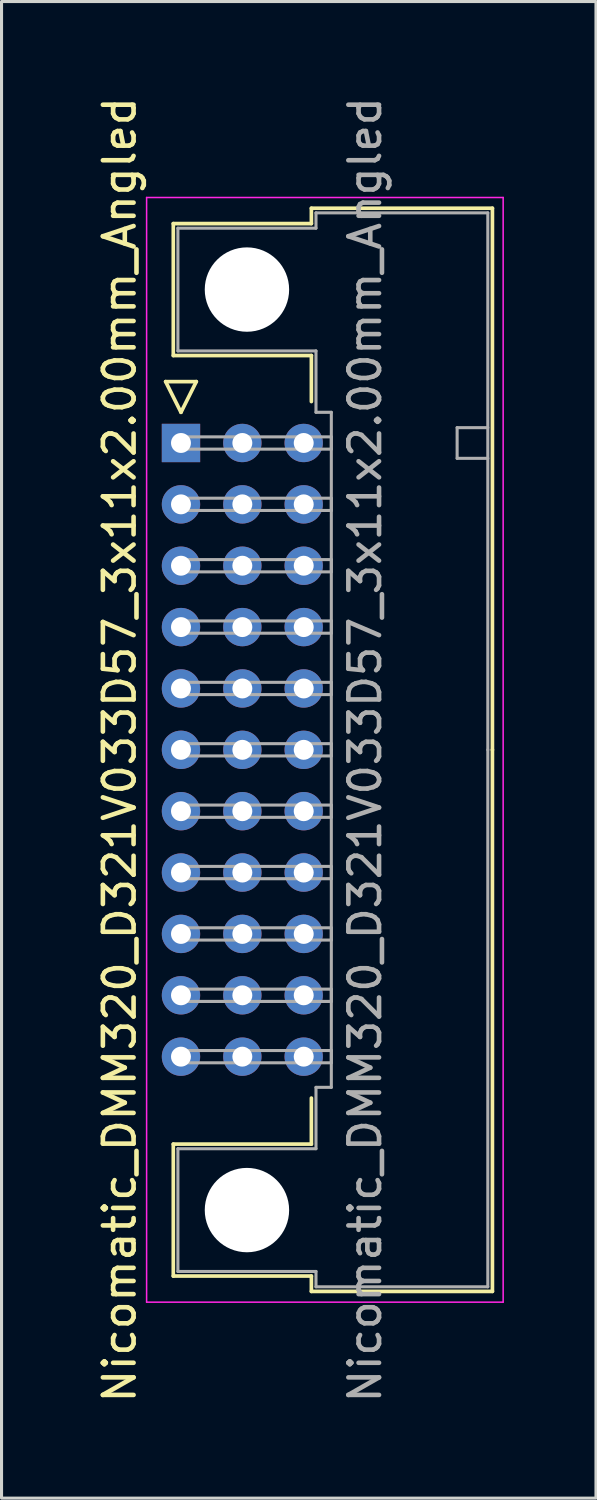
<source format=kicad_pcb>
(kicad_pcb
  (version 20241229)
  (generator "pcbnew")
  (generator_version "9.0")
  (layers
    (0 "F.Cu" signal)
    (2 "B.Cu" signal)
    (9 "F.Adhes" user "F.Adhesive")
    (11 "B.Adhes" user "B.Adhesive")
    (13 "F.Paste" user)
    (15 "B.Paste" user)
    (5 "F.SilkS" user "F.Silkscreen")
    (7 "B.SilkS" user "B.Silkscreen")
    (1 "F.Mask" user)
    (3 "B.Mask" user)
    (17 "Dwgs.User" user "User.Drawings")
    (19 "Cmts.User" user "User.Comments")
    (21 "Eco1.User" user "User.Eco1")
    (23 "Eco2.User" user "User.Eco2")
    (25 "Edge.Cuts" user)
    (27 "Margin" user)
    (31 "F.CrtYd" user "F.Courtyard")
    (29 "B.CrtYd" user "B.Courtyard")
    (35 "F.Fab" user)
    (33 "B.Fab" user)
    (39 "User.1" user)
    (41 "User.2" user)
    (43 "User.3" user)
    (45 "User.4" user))
  (footprint "Nicomatic_DMM320_D321V033D57_3x11x2.00mm_Angled"
    (layer "F.Cu")
    (at 2.848 11.387)
    (property "Reference" "Nicomatic_DMM320_D321V033D57_3x11x2.00mm_Angled" (at -2 10 90) (layer "F.SilkS") (effects (font (size 1 1) (thickness 0.15))))
    (attr through_hole)
    (fp_line (start -0.5 -2) (end 0 -1) (stroke (width 0.12) (type solid)) (layer "F.SilkS"))
    (fp_line (start -0.25 -7.15) (end -0.25 -2.85) (stroke (width 0.12) (type solid)) (layer "F.SilkS"))
    (fp_line (start -0.25 -2.85) (end 4.25 -2.85) (stroke (width 0.12) (type solid)) (layer "F.SilkS"))
    (fp_line (start -0.25 22.85) (end 4.25 22.85) (stroke (width 0.12) (type solid)) (layer "F.SilkS"))
    (fp_line (start -0.25 27.15) (end -0.25 22.85) (stroke (width 0.12) (type solid)) (layer "F.SilkS"))
    (fp_line (start 0 -1) (end 0.5 -2) (stroke (width 0.12) (type solid)) (layer "F.SilkS"))
    (fp_line (start 0.5 -2) (end -0.5 -2) (stroke (width 0.12) (type solid)) (layer "F.SilkS"))
    (fp_line (start 4.25 -7.65) (end 4.25 -7.15) (stroke (width 0.12) (type solid)) (layer "F.SilkS"))
    (fp_line (start 4.25 -7.15) (end -0.25 -7.15) (stroke (width 0.12) (type solid)) (layer "F.SilkS"))
    (fp_line (start 4.25 -2.85) (end 4.25 -1.35) (stroke (width 0.12) (type solid)) (layer "F.SilkS"))
    (fp_line (start 4.25 22.85) (end 4.25 21.35) (stroke (width 0.12) (type solid)) (layer "F.SilkS"))
    (fp_line (start 4.25 27.15) (end -0.25 27.15) (stroke (width 0.12) (type solid)) (layer "F.SilkS"))
    (fp_line (start 4.25 27.65) (end 4.25 27.15) (stroke (width 0.12) (type solid)) (layer "F.SilkS"))
    (fp_line (start 10.15 -7.65) (end 4.25 -7.65) (stroke (width 0.12) (type solid)) (layer "F.SilkS"))
    (fp_line (start 10.15 10) (end 10.15 -7.65) (stroke (width 0.12) (type solid)) (layer "F.SilkS"))
    (fp_line (start 10.15 10) (end 10.15 27.65) (stroke (width 0.12) (type solid)) (layer "F.SilkS"))
    (fp_line (start 10.15 27.65) (end 4.25 27.65) (stroke (width 0.12) (type solid)) (layer "F.SilkS"))
    (fp_line (start -1.12 -8) (end -1.12 28) (stroke (width 0.05) (type solid)) (layer "F.CrtYd"))
    (fp_line (start -1.12 28) (end 10.5 28) (stroke (width 0.05) (type solid)) (layer "F.CrtYd"))
    (fp_line (start 10.5 -8) (end -1.12 -8) (stroke (width 0.05) (type solid)) (layer "F.CrtYd"))
    (fp_line (start 10.5 28) (end 10.5 -8) (stroke (width 0.05) (type solid)) (layer "F.CrtYd"))
    (fp_line (start -0.1 -7) (end -0.1 -3) (stroke (width 0.1) (type solid)) (layer "F.Fab"))
    (fp_line (start -0.1 -3) (end 4.4 -3) (stroke (width 0.1) (type solid)) (layer "F.Fab"))
    (fp_line (start -0.1 23) (end 4.4 23) (stroke (width 0.1) (type solid)) (layer "F.Fab"))
    (fp_line (start -0.1 27) (end -0.1 23) (stroke (width 0.1) (type solid)) (layer "F.Fab"))
    (fp_line (start 0 -0.2) (end 0 0.2) (stroke (width 0.1) (type solid)) (layer "F.Fab"))
    (fp_line (start 0 0.2) (end 4.9 0.2) (stroke (width 0.1) (type solid)) (layer "F.Fab"))
    (fp_line (start 0 1.8) (end 0 2.2) (stroke (width 0.1) (type solid)) (layer "F.Fab"))
    (fp_line (start 0 2.2) (end 4.9 2.2) (stroke (width 0.1) (type solid)) (layer "F.Fab"))
    (fp_line (start 0 3.8) (end 0 4.2) (stroke (width 0.1) (type solid)) (layer "F.Fab"))
    (fp_line (start 0 4.2) (end 4.9 4.2) (stroke (width 0.1) (type solid)) (layer "F.Fab"))
    (fp_line (start 0 5.8) (end 0 6.2) (stroke (width 0.1) (type solid)) (layer "F.Fab"))
    (fp_line (start 0 6.2) (end 4.9 6.2) (stroke (width 0.1) (type solid)) (layer "F.Fab"))
    (fp_line (start 0 7.8) (end 0 8.2) (stroke (width 0.1) (type solid)) (layer "F.Fab"))
    (fp_line (start 0 8.2) (end 4.9 8.2) (stroke (width 0.1) (type solid)) (layer "F.Fab"))
    (fp_line (start 0 9.8) (end 0 10.2) (stroke (width 0.1) (type solid)) (layer "F.Fab"))
    (fp_line (start 0 10.2) (end 4.9 10.2) (stroke (width 0.1) (type solid)) (layer "F.Fab"))
    (fp_line (start 0 11.8) (end 0 12.2) (stroke (width 0.1) (type solid)) (layer "F.Fab"))
    (fp_line (start 0 12.2) (end 4.9 12.2) (stroke (width 0.1) (type solid)) (layer "F.Fab"))
    (fp_line (start 0 13.8) (end 0 14.2) (stroke (width 0.1) (type solid)) (layer "F.Fab"))
    (fp_line (start 0 14.2) (end 4.9 14.2) (stroke (width 0.1) (type solid)) (layer "F.Fab"))
    (fp_line (start 0 15.8) (end 0 16.2) (stroke (width 0.1) (type solid)) (layer "F.Fab"))
    (fp_line (start 0 16.2) (end 4.9 16.2) (stroke (width 0.1) (type solid)) (layer "F.Fab"))
    (fp_line (start 0 17.8) (end 0 18.2) (stroke (width 0.1) (type solid)) (layer "F.Fab"))
    (fp_line (start 0 18.2) (end 4.9 18.2) (stroke (width 0.1) (type solid)) (layer "F.Fab"))
    (fp_line (start 0 19.8) (end 0 20.2) (stroke (width 0.1) (type solid)) (layer "F.Fab"))
    (fp_line (start 0 20.2) (end 4.9 20.2) (stroke (width 0.1) (type solid)) (layer "F.Fab"))
    (fp_line (start 4.4 -7.5) (end 4.4 -7) (stroke (width 0.1) (type solid)) (layer "F.Fab"))
    (fp_line (start 4.4 -7) (end -0.1 -7) (stroke (width 0.1) (type solid)) (layer "F.Fab"))
    (fp_line (start 4.4 -3) (end 4.4 -1) (stroke (width 0.1) (type solid)) (layer "F.Fab"))
    (fp_line (start 4.4 -1) (end 4.9 -1) (stroke (width 0.1) (type solid)) (layer "F.Fab"))
    (fp_line (start 4.4 21) (end 4.9 21) (stroke (width 0.1) (type solid)) (layer "F.Fab"))
    (fp_line (start 4.4 23) (end 4.4 21) (stroke (width 0.1) (type solid)) (layer "F.Fab"))
    (fp_line (start 4.4 27) (end -0.1 27) (stroke (width 0.1) (type solid)) (layer "F.Fab"))
    (fp_line (start 4.4 27.5) (end 4.4 27) (stroke (width 0.1) (type solid)) (layer "F.Fab"))
    (fp_line (start 4.9 -1) (end 4.9 10) (stroke (width 0.1) (type solid)) (layer "F.Fab"))
    (fp_line (start 4.9 -0.2) (end 0 -0.2) (stroke (width 0.1) (type solid)) (layer "F.Fab"))
    (fp_line (start 4.9 0.2) (end 4.9 -0.2) (stroke (width 0.1) (type solid)) (layer "F.Fab"))
    (fp_line (start 4.9 1.8) (end 0 1.8) (stroke (width 0.1) (type solid)) (layer "F.Fab"))
    (fp_line (start 4.9 2.2) (end 4.9 1.8) (stroke (width 0.1) (type solid)) (layer "F.Fab"))
    (fp_line (start 4.9 3.8) (end 0 3.8) (stroke (width 0.1) (type solid)) (layer "F.Fab"))
    (fp_line (start 4.9 4.2) (end 4.9 3.8) (stroke (width 0.1) (type solid)) (layer "F.Fab"))
    (fp_line (start 4.9 5.8) (end 0 5.8) (stroke (width 0.1) (type solid)) (layer "F.Fab"))
    (fp_line (start 4.9 6.2) (end 4.9 5.8) (stroke (width 0.1) (type solid)) (layer "F.Fab"))
    (fp_line (start 4.9 7.8) (end 0 7.8) (stroke (width 0.1) (type solid)) (layer "F.Fab"))
    (fp_line (start 4.9 8.2) (end 4.9 7.8) (stroke (width 0.1) (type solid)) (layer "F.Fab"))
    (fp_line (start 4.9 9.8) (end 0 9.8) (stroke (width 0.1) (type solid)) (layer "F.Fab"))
    (fp_line (start 4.9 10.2) (end 4.9 9.8) (stroke (width 0.1) (type solid)) (layer "F.Fab"))
    (fp_line (start 4.9 11.8) (end 0 11.8) (stroke (width 0.1) (type solid)) (layer "F.Fab"))
    (fp_line (start 4.9 12.2) (end 4.9 11.8) (stroke (width 0.1) (type solid)) (layer "F.Fab"))
    (fp_line (start 4.9 13.8) (end 0 13.8) (stroke (width 0.1) (type solid)) (layer "F.Fab"))
    (fp_line (start 4.9 14.2) (end 4.9 13.8) (stroke (width 0.1) (type solid)) (layer "F.Fab"))
    (fp_line (start 4.9 15.8) (end 0 15.8) (stroke (width 0.1) (type solid)) (layer "F.Fab"))
    (fp_line (start 4.9 16.2) (end 4.9 15.8) (stroke (width 0.1) (type solid)) (layer "F.Fab"))
    (fp_line (start 4.9 17.8) (end 0 17.8) (stroke (width 0.1) (type solid)) (layer "F.Fab"))
    (fp_line (start 4.9 18.2) (end 4.9 17.8) (stroke (width 0.1) (type solid)) (layer "F.Fab"))
    (fp_line (start 4.9 19.8) (end 0 19.8) (stroke (width 0.1) (type solid)) (layer "F.Fab"))
    (fp_line (start 4.9 20.2) (end 4.9 19.8) (stroke (width 0.1) (type solid)) (layer "F.Fab"))
    (fp_line (start 4.9 21) (end 4.9 10) (stroke (width 0.1) (type solid)) (layer "F.Fab"))
    (fp_line (start 9 -0.5) (end 9 0.5) (stroke (width 0.1) (type solid)) (layer "F.Fab"))
    (fp_line (start 9 0.5) (end 10 0.5) (stroke (width 0.1) (type solid)) (layer "F.Fab"))
    (fp_line (start 10 -7.5) (end 4.4 -7.5) (stroke (width 0.1) (type solid)) (layer "F.Fab"))
    (fp_line (start 10 -0.5) (end 9 -0.5) (stroke (width 0.1) (type solid)) (layer "F.Fab"))
    (fp_line (start 10 10) (end 10 -7.5) (stroke (width 0.1) (type solid)) (layer "F.Fab"))
    (fp_line (start 10 10) (end 10 27.5) (stroke (width 0.1) (type solid)) (layer "F.Fab"))
    (fp_line (start 10 27.5) (end 4.4 27.5) (stroke (width 0.1) (type solid)) (layer "F.Fab"))
    (fp_text user "${REFERENCE}" (at 6 10 90) (layer "F.Fab") (effects (font (size 1 1) (thickness 0.15))))
    (pad "" np_thru_hole circle (at 2.15 -5) (size 2.75 2.75) (drill 2.75) (layers "*.Cu" "*.Mask"))
    (pad "" np_thru_hole circle (at 2.15 25) (size 2.75 2.75) (drill 2.75) (layers "*.Cu" "*.Mask"))
    (pad "1" thru_hole rect (at 0 0) (size 1.25 1.25) (drill 0.65) (layers "*.Cu" "*.Mask"))
    (pad "2" thru_hole oval (at 0 2) (size 1.25 1.25) (drill 0.65) (layers "*.Cu" "*.Mask"))
    (pad "3" thru_hole oval (at 0 4) (size 1.25 1.25) (drill 0.65) (layers "*.Cu" "*.Mask"))
    (pad "4" thru_hole oval (at 0 6) (size 1.25 1.25) (drill 0.65) (layers "*.Cu" "*.Mask"))
    (pad "5" thru_hole oval (at 0 8) (size 1.25 1.25) (drill 0.65) (layers "*.Cu" "*.Mask"))
    (pad "6" thru_hole oval (at 0 10) (size 1.25 1.25) (drill 0.65) (layers "*.Cu" "*.Mask"))
    (pad "7" thru_hole oval (at 0 12) (size 1.25 1.25) (drill 0.65) (layers "*.Cu" "*.Mask"))
    (pad "8" thru_hole oval (at 0 14) (size 1.25 1.25) (drill 0.65) (layers "*.Cu" "*.Mask"))
    (pad "9" thru_hole oval (at 0 16) (size 1.25 1.25) (drill 0.65) (layers "*.Cu" "*.Mask"))
    (pad "10" thru_hole oval (at 0 18) (size 1.25 1.25) (drill 0.65) (layers "*.Cu" "*.Mask"))
    (pad "11" thru_hole oval (at 0 20) (size 1.25 1.25) (drill 0.65) (layers "*.Cu" "*.Mask"))
    (pad "12" thru_hole oval (at 2 0) (size 1.25 1.25) (drill 0.65) (layers "*.Cu" "*.Mask"))
    (pad "13" thru_hole oval (at 2 2) (size 1.25 1.25) (drill 0.65) (layers "*.Cu" "*.Mask"))
    (pad "14" thru_hole oval (at 2 4) (size 1.25 1.25) (drill 0.65) (layers "*.Cu" "*.Mask"))
    (pad "15" thru_hole oval (at 2 6) (size 1.25 1.25) (drill 0.65) (layers "*.Cu" "*.Mask"))
    (pad "16" thru_hole oval (at 2 8) (size 1.25 1.25) (drill 0.65) (layers "*.Cu" "*.Mask"))
    (pad "17" thru_hole oval (at 2 10) (size 1.25 1.25) (drill 0.65) (layers "*.Cu" "*.Mask"))
    (pad "18" thru_hole oval (at 2 12) (size 1.25 1.25) (drill 0.65) (layers "*.Cu" "*.Mask"))
    (pad "19" thru_hole oval (at 2 14) (size 1.25 1.25) (drill 0.65) (layers "*.Cu" "*.Mask"))
    (pad "20" thru_hole oval (at 2 16) (size 1.25 1.25) (drill 0.65) (layers "*.Cu" "*.Mask"))
    (pad "21" thru_hole oval (at 2 18) (size 1.25 1.25) (drill 0.65) (layers "*.Cu" "*.Mask"))
    (pad "22" thru_hole oval (at 2 20) (size 1.25 1.25) (drill 0.65) (layers "*.Cu" "*.Mask"))
    (pad "23" thru_hole oval (at 4 0) (size 1.25 1.25) (drill 0.65) (layers "*.Cu" "*.Mask"))
    (pad "24" thru_hole oval (at 4 2) (size 1.25 1.25) (drill 0.65) (layers "*.Cu" "*.Mask"))
    (pad "25" thru_hole oval (at 4 4) (size 1.25 1.25) (drill 0.65) (layers "*.Cu" "*.Mask"))
    (pad "26" thru_hole oval (at 4 6) (size 1.25 1.25) (drill 0.65) (layers "*.Cu" "*.Mask"))
    (pad "27" thru_hole oval (at 4 8) (size 1.25 1.25) (drill 0.65) (layers "*.Cu" "*.Mask"))
    (pad "28" thru_hole oval (at 4 10) (size 1.25 1.25) (drill 0.65) (layers "*.Cu" "*.Mask"))
    (pad "29" thru_hole oval (at 4 12) (size 1.25 1.25) (drill 0.65) (layers "*.Cu" "*.Mask"))
    (pad "30" thru_hole oval (at 4 14) (size 1.25 1.25) (drill 0.65) (layers "*.Cu" "*.Mask"))
    (pad "31" thru_hole oval (at 4 16) (size 1.25 1.25) (drill 0.65) (layers "*.Cu" "*.Mask"))
    (pad "32" thru_hole oval (at 4 18) (size 1.25 1.25) (drill 0.65) (layers "*.Cu" "*.Mask"))
    (pad "33" thru_hole oval (at 4 20) (size 1.25 1.25) (drill 0.65) (layers "*.Cu" "*.Mask")))
  (gr_rect
    (start -3 -3)
    (end 16.373 45.774)
    (stroke (width 0.1) (type default))
    (fill no)
    (layer "Edge.Cuts")))
</source>
